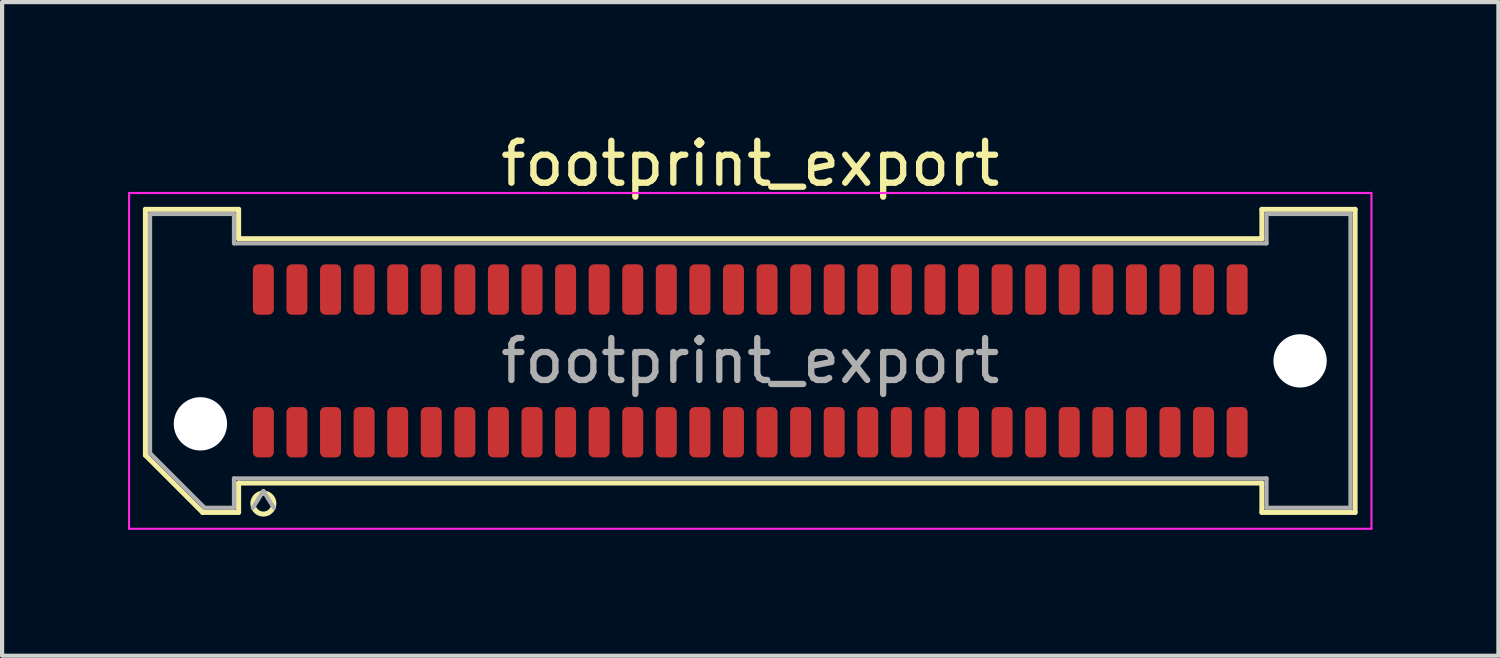
<source format=kicad_pcb>
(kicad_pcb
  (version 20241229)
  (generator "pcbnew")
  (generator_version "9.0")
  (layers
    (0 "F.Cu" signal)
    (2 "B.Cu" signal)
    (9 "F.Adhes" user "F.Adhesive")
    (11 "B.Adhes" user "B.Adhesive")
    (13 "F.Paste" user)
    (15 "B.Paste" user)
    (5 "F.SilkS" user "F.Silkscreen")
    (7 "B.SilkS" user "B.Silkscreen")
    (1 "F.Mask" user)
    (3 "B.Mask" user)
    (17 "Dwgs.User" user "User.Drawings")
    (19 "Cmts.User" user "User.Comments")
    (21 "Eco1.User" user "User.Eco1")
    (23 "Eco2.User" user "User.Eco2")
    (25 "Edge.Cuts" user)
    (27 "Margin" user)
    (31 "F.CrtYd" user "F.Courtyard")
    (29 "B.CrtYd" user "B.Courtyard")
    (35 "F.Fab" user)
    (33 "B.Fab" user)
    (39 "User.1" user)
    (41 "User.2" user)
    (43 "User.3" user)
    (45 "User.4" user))
  (footprint "footprint_export"
    (layer "F.Cu")
    (at 14.825 5.548)
    (property "Reference" "footprint_export" (at 0 -4.7 0) (layer "F.SilkS") (effects (font (size 1 1) (thickness 0.15))))
    (attr smd)
    (fp_line (start -14.41 -3.61) (end -12.19 -3.61) (stroke (width 0.12) (type solid)) (layer "F.SilkS"))
    (fp_line (start -14.41 2.246) (end -14.41 -3.61) (stroke (width 0.12) (type solid)) (layer "F.SilkS"))
    (fp_line (start -13.046 3.61) (end -14.41 2.246) (stroke (width 0.12) (type solid)) (layer "F.SilkS"))
    (fp_line (start -12.19 -3.61) (end -12.19 -2.91) (stroke (width 0.12) (type solid)) (layer "F.SilkS"))
    (fp_line (start -12.19 -2.91) (end 12.19 -2.91) (stroke (width 0.12) (type solid)) (layer "F.SilkS"))
    (fp_line (start -12.19 2.91) (end -12.19 3.61) (stroke (width 0.12) (type solid)) (layer "F.SilkS"))
    (fp_line (start -12.19 3.61) (end -13.046 3.61) (stroke (width 0.12) (type solid)) (layer "F.SilkS"))
    (fp_line (start 12.19 -3.61) (end 14.41 -3.61) (stroke (width 0.12) (type solid)) (layer "F.SilkS"))
    (fp_line (start 12.19 -2.91) (end 12.19 -3.61) (stroke (width 0.12) (type solid)) (layer "F.SilkS"))
    (fp_line (start 12.19 2.91) (end -12.19 2.91) (stroke (width 0.12) (type solid)) (layer "F.SilkS"))
    (fp_line (start 12.19 3.61) (end 12.19 2.91) (stroke (width 0.12) (type solid)) (layer "F.SilkS"))
    (fp_line (start 14.41 -3.61) (end 14.41 3.61) (stroke (width 0.12) (type solid)) (layer "F.SilkS"))
    (fp_line (start 14.41 3.61) (end 12.19 3.61) (stroke (width 0.12) (type solid)) (layer "F.SilkS"))
    (fp_arc (start -11.35 3.4) (mid -11.85 3.4) (end -11.35 3.4) (stroke (width 0.12) (type solid)) (layer "F.SilkS"))
    (fp_line (start -14.8 -4) (end -14.8 4) (stroke (width 0.05) (type solid)) (layer "F.CrtYd"))
    (fp_line (start -14.8 4) (end 14.8 4) (stroke (width 0.05) (type solid)) (layer "F.CrtYd"))
    (fp_line (start 14.8 -4) (end -14.8 -4) (stroke (width 0.05) (type solid)) (layer "F.CrtYd"))
    (fp_line (start 14.8 4) (end 14.8 -4) (stroke (width 0.05) (type solid)) (layer "F.CrtYd"))
    (fp_line (start -14.3 -3.5) (end -12.3 -3.5) (stroke (width 0.1) (type solid)) (layer "F.Fab"))
    (fp_line (start -14.3 2.2) (end -14.3 -3.5) (stroke (width 0.1) (type solid)) (layer "F.Fab"))
    (fp_line (start -13 3.5) (end -14.3 2.2) (stroke (width 0.1) (type solid)) (layer "F.Fab"))
    (fp_line (start -12.3 -3.5) (end -12.3 -2.8) (stroke (width 0.1) (type solid)) (layer "F.Fab"))
    (fp_line (start -12.3 -2.8) (end 12.3 -2.8) (stroke (width 0.1) (type solid)) (layer "F.Fab"))
    (fp_line (start -12.3 2.8) (end -12.3 3.5) (stroke (width 0.1) (type solid)) (layer "F.Fab"))
    (fp_line (start -12.3 3.5) (end -13 3.5) (stroke (width 0.1) (type solid)) (layer "F.Fab"))
    (fp_line (start -11.6 3.1) (end -11.85 3.5) (stroke (width 0.1) (type solid)) (layer "F.Fab"))
    (fp_line (start -11.6 3.1) (end -11.35 3.5) (stroke (width 0.1) (type solid)) (layer "F.Fab"))
    (fp_line (start 12.3 -3.5) (end 14.3 -3.5) (stroke (width 0.1) (type solid)) (layer "F.Fab"))
    (fp_line (start 12.3 -2.8) (end 12.3 -3.5) (stroke (width 0.1) (type solid)) (layer "F.Fab"))
    (fp_line (start 12.3 2.8) (end -12.3 2.8) (stroke (width 0.1) (type solid)) (layer "F.Fab"))
    (fp_line (start 12.3 3.5) (end 12.3 2.8) (stroke (width 0.1) (type solid)) (layer "F.Fab"))
    (fp_line (start 14.3 -3.5) (end 14.3 3.5) (stroke (width 0.1) (type solid)) (layer "F.Fab"))
    (fp_line (start 14.3 3.5) (end 12.3 3.5) (stroke (width 0.1) (type solid)) (layer "F.Fab"))
    (fp_text user "${REFERENCE}" (at 0 0 0) (layer "F.Fab") (effects (font (size 1 1) (thickness 0.15))))
    (pad "" np_thru_hole circle (at -13.1 1.5) (size 1.27 1.27) (drill 1.27) (layers "*.Cu" "*.Mask"))
    (pad "" np_thru_hole circle (at 13.1 0) (size 1.27 1.27) (drill 1.27) (layers "*.Cu" "*.Mask"))
    (pad "1" smd roundrect (at -11.6 1.7) (size 0.5 1.2) (layers "F.Cu" "F.Mask" "F.Paste") (roundrect_rratio 0.25))
    (pad "2" smd roundrect (at -11.6 -1.7) (size 0.5 1.2) (layers "F.Cu" "F.Mask" "F.Paste") (roundrect_rratio 0.25))
    (pad "3" smd roundrect (at -10.8 1.7) (size 0.5 1.2) (layers "F.Cu" "F.Mask" "F.Paste") (roundrect_rratio 0.25))
    (pad "4" smd roundrect (at -10.8 -1.7) (size 0.5 1.2) (layers "F.Cu" "F.Mask" "F.Paste") (roundrect_rratio 0.25))
    (pad "5" smd roundrect (at -10 1.7) (size 0.5 1.2) (layers "F.Cu" "F.Mask" "F.Paste") (roundrect_rratio 0.25))
    (pad "6" smd roundrect (at -10 -1.7) (size 0.5 1.2) (layers "F.Cu" "F.Mask" "F.Paste") (roundrect_rratio 0.25))
    (pad "7" smd roundrect (at -9.2 1.7) (size 0.5 1.2) (layers "F.Cu" "F.Mask" "F.Paste") (roundrect_rratio 0.25))
    (pad "8" smd roundrect (at -9.2 -1.7) (size 0.5 1.2) (layers "F.Cu" "F.Mask" "F.Paste") (roundrect_rratio 0.25))
    (pad "9" smd roundrect (at -8.4 1.7) (size 0.5 1.2) (layers "F.Cu" "F.Mask" "F.Paste") (roundrect_rratio 0.25))
    (pad "10" smd roundrect (at -8.4 -1.7) (size 0.5 1.2) (layers "F.Cu" "F.Mask" "F.Paste") (roundrect_rratio 0.25))
    (pad "11" smd roundrect (at -7.6 1.7) (size 0.5 1.2) (layers "F.Cu" "F.Mask" "F.Paste") (roundrect_rratio 0.25))
    (pad "12" smd roundrect (at -7.6 -1.7) (size 0.5 1.2) (layers "F.Cu" "F.Mask" "F.Paste") (roundrect_rratio 0.25))
    (pad "13" smd roundrect (at -6.8 1.7) (size 0.5 1.2) (layers "F.Cu" "F.Mask" "F.Paste") (roundrect_rratio 0.25))
    (pad "14" smd roundrect (at -6.8 -1.7) (size 0.5 1.2) (layers "F.Cu" "F.Mask" "F.Paste") (roundrect_rratio 0.25))
    (pad "15" smd roundrect (at -6 1.7) (size 0.5 1.2) (layers "F.Cu" "F.Mask" "F.Paste") (roundrect_rratio 0.25))
    (pad "16" smd roundrect (at -6 -1.7) (size 0.5 1.2) (layers "F.Cu" "F.Mask" "F.Paste") (roundrect_rratio 0.25))
    (pad "17" smd roundrect (at -5.2 1.7) (size 0.5 1.2) (layers "F.Cu" "F.Mask" "F.Paste") (roundrect_rratio 0.25))
    (pad "18" smd roundrect (at -5.2 -1.7) (size 0.5 1.2) (layers "F.Cu" "F.Mask" "F.Paste") (roundrect_rratio 0.25))
    (pad "19" smd roundrect (at -4.4 1.7) (size 0.5 1.2) (layers "F.Cu" "F.Mask" "F.Paste") (roundrect_rratio 0.25))
    (pad "20" smd roundrect (at -4.4 -1.7) (size 0.5 1.2) (layers "F.Cu" "F.Mask" "F.Paste") (roundrect_rratio 0.25))
    (pad "21" smd roundrect (at -3.6 1.7) (size 0.5 1.2) (layers "F.Cu" "F.Mask" "F.Paste") (roundrect_rratio 0.25))
    (pad "22" smd roundrect (at -3.6 -1.7) (size 0.5 1.2) (layers "F.Cu" "F.Mask" "F.Paste") (roundrect_rratio 0.25))
    (pad "23" smd roundrect (at -2.8 1.7) (size 0.5 1.2) (layers "F.Cu" "F.Mask" "F.Paste") (roundrect_rratio 0.25))
    (pad "24" smd roundrect (at -2.8 -1.7) (size 0.5 1.2) (layers "F.Cu" "F.Mask" "F.Paste") (roundrect_rratio 0.25))
    (pad "25" smd roundrect (at -2 1.7) (size 0.5 1.2) (layers "F.Cu" "F.Mask" "F.Paste") (roundrect_rratio 0.25))
    (pad "26" smd roundrect (at -2 -1.7) (size 0.5 1.2) (layers "F.Cu" "F.Mask" "F.Paste") (roundrect_rratio 0.25))
    (pad "27" smd roundrect (at -1.2 1.7) (size 0.5 1.2) (layers "F.Cu" "F.Mask" "F.Paste") (roundrect_rratio 0.25))
    (pad "28" smd roundrect (at -1.2 -1.7) (size 0.5 1.2) (layers "F.Cu" "F.Mask" "F.Paste") (roundrect_rratio 0.25))
    (pad "29" smd roundrect (at -0.4 1.7) (size 0.5 1.2) (layers "F.Cu" "F.Mask" "F.Paste") (roundrect_rratio 0.25))
    (pad "30" smd roundrect (at -0.4 -1.7) (size 0.5 1.2) (layers "F.Cu" "F.Mask" "F.Paste") (roundrect_rratio 0.25))
    (pad "31" smd roundrect (at 0.4 1.7) (size 0.5 1.2) (layers "F.Cu" "F.Mask" "F.Paste") (roundrect_rratio 0.25))
    (pad "32" smd roundrect (at 0.4 -1.7) (size 0.5 1.2) (layers "F.Cu" "F.Mask" "F.Paste") (roundrect_rratio 0.25))
    (pad "33" smd roundrect (at 1.2 1.7) (size 0.5 1.2) (layers "F.Cu" "F.Mask" "F.Paste") (roundrect_rratio 0.25))
    (pad "34" smd roundrect (at 1.2 -1.7) (size 0.5 1.2) (layers "F.Cu" "F.Mask" "F.Paste") (roundrect_rratio 0.25))
    (pad "35" smd roundrect (at 2 1.7) (size 0.5 1.2) (layers "F.Cu" "F.Mask" "F.Paste") (roundrect_rratio 0.25))
    (pad "36" smd roundrect (at 2 -1.7) (size 0.5 1.2) (layers "F.Cu" "F.Mask" "F.Paste") (roundrect_rratio 0.25))
    (pad "37" smd roundrect (at 2.8 1.7) (size 0.5 1.2) (layers "F.Cu" "F.Mask" "F.Paste") (roundrect_rratio 0.25))
    (pad "38" smd roundrect (at 2.8 -1.7) (size 0.5 1.2) (layers "F.Cu" "F.Mask" "F.Paste") (roundrect_rratio 0.25))
    (pad "39" smd roundrect (at 3.6 1.7) (size 0.5 1.2) (layers "F.Cu" "F.Mask" "F.Paste") (roundrect_rratio 0.25))
    (pad "40" smd roundrect (at 3.6 -1.7) (size 0.5 1.2) (layers "F.Cu" "F.Mask" "F.Paste") (roundrect_rratio 0.25))
    (pad "41" smd roundrect (at 4.4 1.7) (size 0.5 1.2) (layers "F.Cu" "F.Mask" "F.Paste") (roundrect_rratio 0.25))
    (pad "42" smd roundrect (at 4.4 -1.7) (size 0.5 1.2) (layers "F.Cu" "F.Mask" "F.Paste") (roundrect_rratio 0.25))
    (pad "43" smd roundrect (at 5.2 1.7) (size 0.5 1.2) (layers "F.Cu" "F.Mask" "F.Paste") (roundrect_rratio 0.25))
    (pad "44" smd roundrect (at 5.2 -1.7) (size 0.5 1.2) (layers "F.Cu" "F.Mask" "F.Paste") (roundrect_rratio 0.25))
    (pad "45" smd roundrect (at 6 1.7) (size 0.5 1.2) (layers "F.Cu" "F.Mask" "F.Paste") (roundrect_rratio 0.25))
    (pad "46" smd roundrect (at 6 -1.7) (size 0.5 1.2) (layers "F.Cu" "F.Mask" "F.Paste") (roundrect_rratio 0.25))
    (pad "47" smd roundrect (at 6.8 1.7) (size 0.5 1.2) (layers "F.Cu" "F.Mask" "F.Paste") (roundrect_rratio 0.25))
    (pad "48" smd roundrect (at 6.8 -1.7) (size 0.5 1.2) (layers "F.Cu" "F.Mask" "F.Paste") (roundrect_rratio 0.25))
    (pad "49" smd roundrect (at 7.6 1.7) (size 0.5 1.2) (layers "F.Cu" "F.Mask" "F.Paste") (roundrect_rratio 0.25))
    (pad "50" smd roundrect (at 7.6 -1.7) (size 0.5 1.2) (layers "F.Cu" "F.Mask" "F.Paste") (roundrect_rratio 0.25))
    (pad "51" smd roundrect (at 8.4 1.7) (size 0.5 1.2) (layers "F.Cu" "F.Mask" "F.Paste") (roundrect_rratio 0.25))
    (pad "52" smd roundrect (at 8.4 -1.7) (size 0.5 1.2) (layers "F.Cu" "F.Mask" "F.Paste") (roundrect_rratio 0.25))
    (pad "53" smd roundrect (at 9.2 1.7) (size 0.5 1.2) (layers "F.Cu" "F.Mask" "F.Paste") (roundrect_rratio 0.25))
    (pad "54" smd roundrect (at 9.2 -1.7) (size 0.5 1.2) (layers "F.Cu" "F.Mask" "F.Paste") (roundrect_rratio 0.25))
    (pad "55" smd roundrect (at 10 1.7) (size 0.5 1.2) (layers "F.Cu" "F.Mask" "F.Paste") (roundrect_rratio 0.25))
    (pad "56" smd roundrect (at 10 -1.7) (size 0.5 1.2) (layers "F.Cu" "F.Mask" "F.Paste") (roundrect_rratio 0.25))
    (pad "57" smd roundrect (at 10.8 1.7) (size 0.5 1.2) (layers "F.Cu" "F.Mask" "F.Paste") (roundrect_rratio 0.25))
    (pad "58" smd roundrect (at 10.8 -1.7) (size 0.5 1.2) (layers "F.Cu" "F.Mask" "F.Paste") (roundrect_rratio 0.25))
    (pad "59" smd roundrect (at 11.6 1.7) (size 0.5 1.2) (layers "F.Cu" "F.Mask" "F.Paste") (roundrect_rratio 0.25))
    (pad "60" smd roundrect (at 11.6 -1.7) (size 0.5 1.2) (layers "F.Cu" "F.Mask" "F.Paste") (roundrect_rratio 0.25)))
  (gr_rect
    (start -3 -3)
    (end 32.65 12.573)
    (stroke (width 0.1) (type default))
    (fill no)
    (layer "Edge.Cuts")))
</source>
